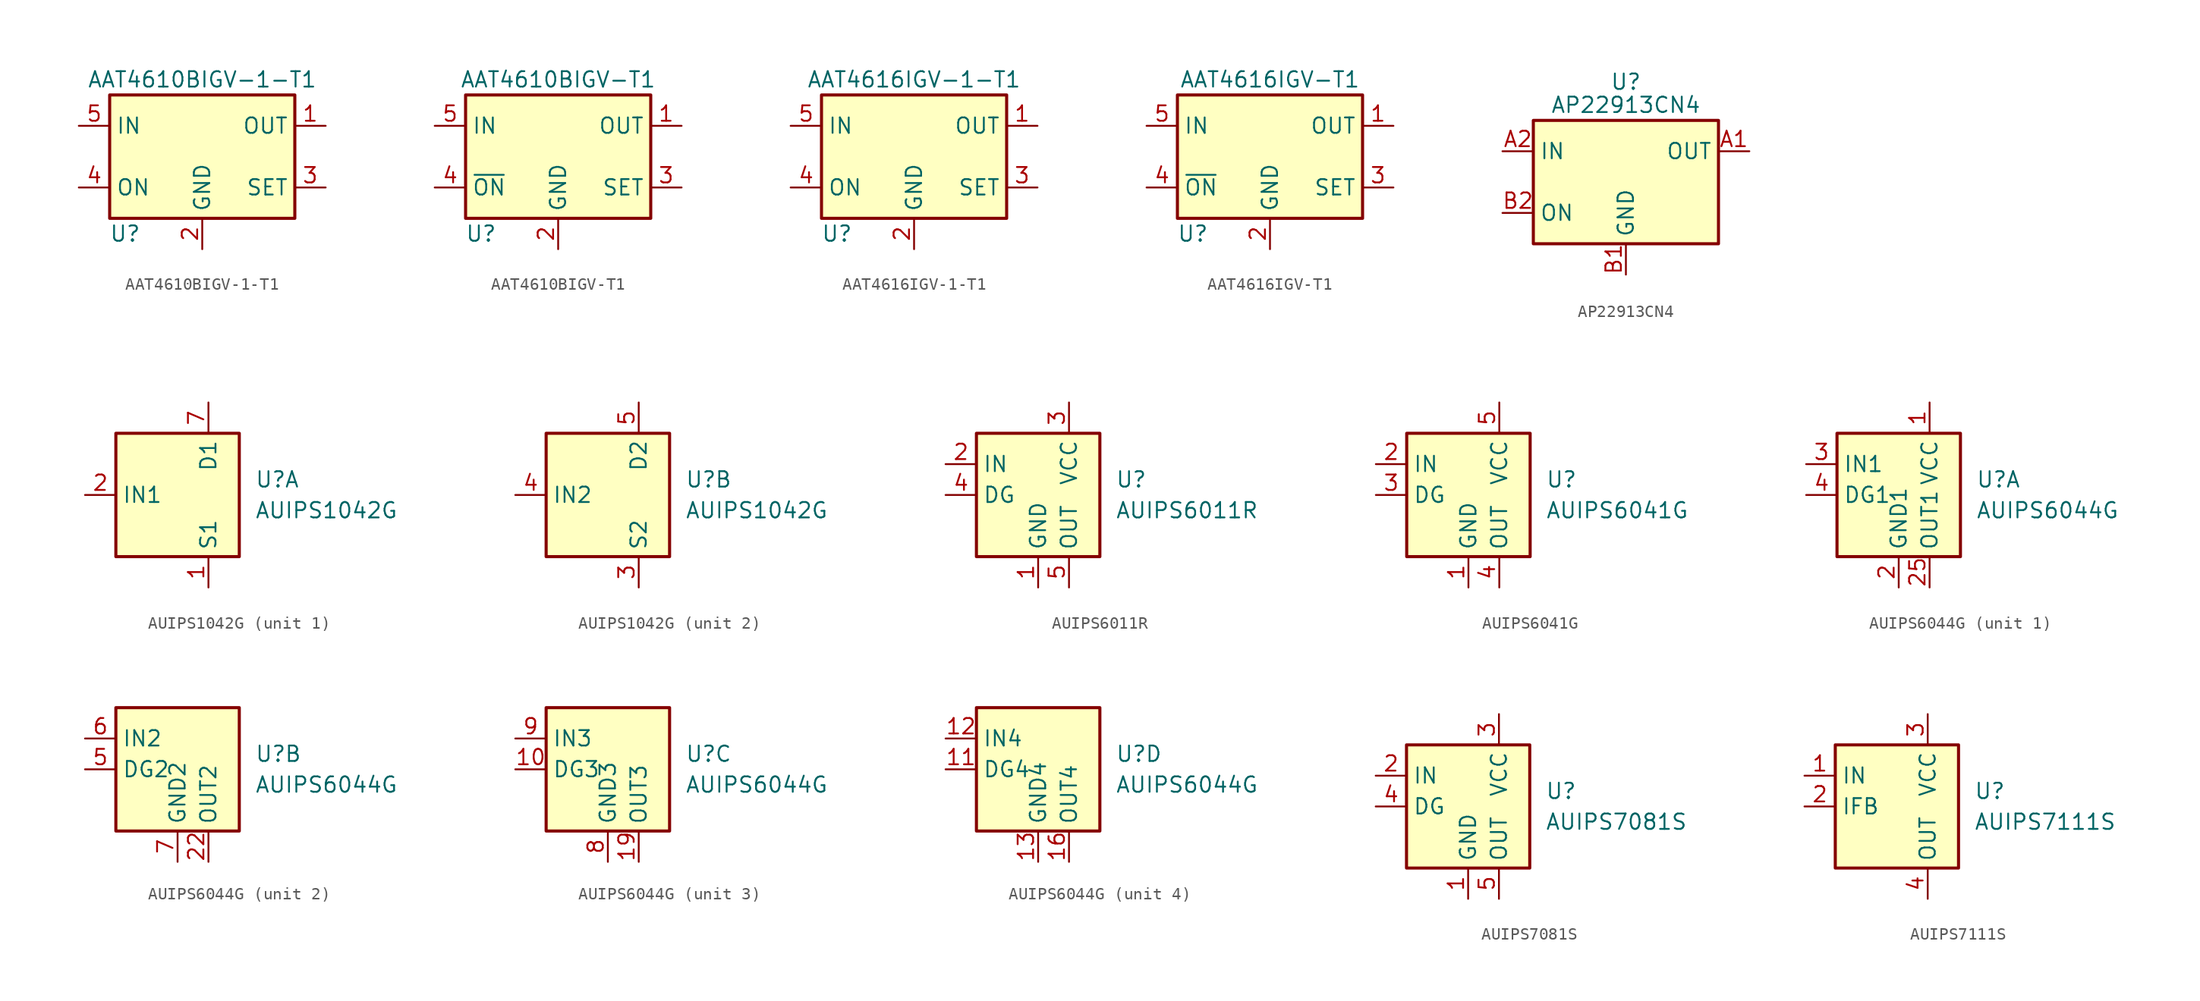
<source format=kicad_sym>
(kicad_symbol_lib
  (version 20241209)
  (generator "kicad_symbol_editor")
  (generator_version "9.0")
  (symbol "AAT4610BIGV-1-T1"
    (property "Reference" "U"
      (at -6.35 -6.35 0)
      (effects (font (size 1.27 1.27))))
    (property "Value" "AAT4610BIGV-1-T1"
      (at 0 6.35 0)
      (effects (font (size 1.27 1.27))))
    (symbol "AAT4610BIGV-1-T1_0_1"
      (rectangle (start -7.62 5.08) (end 7.62 -5.08) (stroke (width 0.254) (type default)) (fill (type background))))
    (symbol "AAT4610BIGV-1-T1_1_1"
      (pin power_in line (at -10.16 2.54 0) (length 2.54) (name "IN" (effects (font (size 1.27 1.27)))) (number "5" (effects (font (size 1.27 1.27)))))
      (pin input line (at -10.16 -2.54 0) (length 2.54) (name "ON" (effects (font (size 1.27 1.27)))) (number "4" (effects (font (size 1.27 1.27)))))
      (pin power_in line (at 0 -7.62 90) (length 2.54) (name "GND" (effects (font (size 1.27 1.27)))) (number "2" (effects (font (size 1.27 1.27)))))
      (pin power_out line (at 10.16 2.54 180) (length 2.54) (name "OUT" (effects (font (size 1.27 1.27)))) (number "1" (effects (font (size 1.27 1.27)))))
      (pin passive line (at 10.16 -2.54 180) (length 2.54) (name "SET" (effects (font (size 1.27 1.27)))) (number "3" (effects (font (size 1.27 1.27)))))))
  (symbol "AAT4610BIGV-T1"
    (property "Reference" "U"
      (at -6.35 -6.35 0)
      (effects (font (size 1.27 1.27))))
    (property "Value" "AAT4610BIGV-T1"
      (at 0 6.35 0)
      (effects (font (size 1.27 1.27))))
    (symbol "AAT4610BIGV-T1_0_1"
      (rectangle (start -7.62 5.08) (end 7.62 -5.08) (stroke (width 0.254) (type default)) (fill (type background))))
    (symbol "AAT4610BIGV-T1_1_1"
      (pin power_in line (at -10.16 2.54 0) (length 2.54) (name "IN" (effects (font (size 1.27 1.27)))) (number "5" (effects (font (size 1.27 1.27)))))
      (pin input line (at -10.16 -2.54 0) (length 2.54) (name "~{ON}" (effects (font (size 1.27 1.27)))) (number "4" (effects (font (size 1.27 1.27)))))
      (pin power_in line (at 0 -7.62 90) (length 2.54) (name "GND" (effects (font (size 1.27 1.27)))) (number "2" (effects (font (size 1.27 1.27)))))
      (pin power_out line (at 10.16 2.54 180) (length 2.54) (name "OUT" (effects (font (size 1.27 1.27)))) (number "1" (effects (font (size 1.27 1.27)))))
      (pin passive line (at 10.16 -2.54 180) (length 2.54) (name "SET" (effects (font (size 1.27 1.27)))) (number "3" (effects (font (size 1.27 1.27)))))))
  (symbol "AAT4616IGV-1-T1"
    (property "Reference" "U"
      (at -6.35 -6.35 0)
      (effects (font (size 1.27 1.27))))
    (property "Value" "AAT4616IGV-1-T1"
      (at 0 6.35 0)
      (effects (font (size 1.27 1.27))))
    (symbol "AAT4616IGV-1-T1_0_1"
      (rectangle (start -7.62 5.08) (end 7.62 -5.08) (stroke (width 0.254) (type default)) (fill (type background))))
    (symbol "AAT4616IGV-1-T1_1_1"
      (pin power_in line (at -10.16 2.54 0) (length 2.54) (name "IN" (effects (font (size 1.27 1.27)))) (number "5" (effects (font (size 1.27 1.27)))))
      (pin input line (at -10.16 -2.54 0) (length 2.54) (name "ON" (effects (font (size 1.27 1.27)))) (number "4" (effects (font (size 1.27 1.27)))))
      (pin power_in line (at 0 -7.62 90) (length 2.54) (name "GND" (effects (font (size 1.27 1.27)))) (number "2" (effects (font (size 1.27 1.27)))))
      (pin power_out line (at 10.16 2.54 180) (length 2.54) (name "OUT" (effects (font (size 1.27 1.27)))) (number "1" (effects (font (size 1.27 1.27)))))
      (pin passive line (at 10.16 -2.54 180) (length 2.54) (name "SET" (effects (font (size 1.27 1.27)))) (number "3" (effects (font (size 1.27 1.27)))))))
  (symbol "AAT4616IGV-T1"
    (property "Reference" "U"
      (at -6.35 -6.35 0)
      (effects (font (size 1.27 1.27))))
    (property "Value" "AAT4616IGV-T1"
      (at 0 6.35 0)
      (effects (font (size 1.27 1.27))))
    (symbol "AAT4616IGV-T1_0_1"
      (rectangle (start -7.62 5.08) (end 7.62 -5.08) (stroke (width 0.254) (type default)) (fill (type background))))
    (symbol "AAT4616IGV-T1_1_1"
      (pin power_in line (at -10.16 2.54 0) (length 2.54) (name "IN" (effects (font (size 1.27 1.27)))) (number "5" (effects (font (size 1.27 1.27)))))
      (pin input line (at -10.16 -2.54 0) (length 2.54) (name "~{ON}" (effects (font (size 1.27 1.27)))) (number "4" (effects (font (size 1.27 1.27)))))
      (pin power_in line (at 0 -7.62 90) (length 2.54) (name "GND" (effects (font (size 1.27 1.27)))) (number "2" (effects (font (size 1.27 1.27)))))
      (pin power_out line (at 10.16 2.54 180) (length 2.54) (name "OUT" (effects (font (size 1.27 1.27)))) (number "1" (effects (font (size 1.27 1.27)))))
      (pin passive line (at 10.16 -2.54 180) (length 2.54) (name "SET" (effects (font (size 1.27 1.27)))) (number "3" (effects (font (size 1.27 1.27)))))))
  (symbol "AP22913CN4"
    (property "Reference" "U"
      (at 0 8.255 0)
      (effects (font (size 1.27 1.27))))
    (property "Value" "AP22913CN4"
      (at 0 6.35 0)
      (effects (font (size 1.27 1.27))))
    (symbol "AP22913CN4_0_1"
      (rectangle (start -7.62 5.08) (end 7.62 -5.08) (stroke (width 0.254) (type default)) (fill (type background))))
    (symbol "AP22913CN4_1_1"
      (pin power_in line (at -10.16 2.54 0) (length 2.54) (name "IN" (effects (font (size 1.27 1.27)))) (number "A2" (effects (font (size 1.27 1.27)))))
      (pin input line (at -10.16 -2.54 0) (length 2.54) (name "ON" (effects (font (size 1.27 1.27)))) (number "B2" (effects (font (size 1.27 1.27)))))
      (pin power_in line (at 0 -7.62 90) (length 2.54) (name "GND" (effects (font (size 1.27 1.27)))) (number "B1" (effects (font (size 1.27 1.27)))))
      (pin power_out line (at 10.16 2.54 180) (length 2.54) (name "OUT" (effects (font (size 1.27 1.27)))) (number "A1" (effects (font (size 1.27 1.27)))))))
  (symbol "AUIPS1042G"
    (property "Reference" "U"
      (at 3.81 1.27 0)
      (effects (font (size 1.27 1.27)) (justify left)))
    (property "Value" "AUIPS1042G"
      (at 3.81 -1.27 0)
      (effects (font (size 1.27 1.27)) (justify left)))
    (symbol "AUIPS1042G_0_1"
      (rectangle (start -7.62 5.08) (end 2.54 -5.08) (stroke (width 0.254) (type default)) (fill (type background))))
    (symbol "AUIPS1042G_1_1"
      (pin input line (at -10.16 0 0) (length 2.54) (name "IN1" (effects (font (size 1.27 1.27)))) (number "2" (effects (font (size 1.27 1.27)))))
      (pin passive line (at 0 7.62 270) (length 2.54) (name "D1" (effects (font (size 1.27 1.27)))) (number "7" (effects (font (size 1.27 1.27)))))
      (pin passive line (at 0 7.62 270) (length 2.54) (hide yes) (name "D1" (effects (font (size 1.27 1.27)))) (number "8" (effects (font (size 1.27 1.27)))))
      (pin power_in line (at 0 -7.62 90) (length 2.54) (name "S1" (effects (font (size 1.27 1.27)))) (number "1" (effects (font (size 1.27 1.27))))))
    (symbol "AUIPS1042G_2_1"
      (pin input line (at -10.16 0 0) (length 2.54) (name "IN2" (effects (font (size 1.27 1.27)))) (number "4" (effects (font (size 1.27 1.27)))))
      (pin passive line (at 0 7.62 270) (length 2.54) (name "D2" (effects (font (size 1.27 1.27)))) (number "5" (effects (font (size 1.27 1.27)))))
      (pin passive line (at 0 7.62 270) (length 2.54) (hide yes) (name "D2" (effects (font (size 1.27 1.27)))) (number "6" (effects (font (size 1.27 1.27)))))
      (pin power_in line (at 0 -7.62 90) (length 2.54) (name "S2" (effects (font (size 1.27 1.27)))) (number "3" (effects (font (size 1.27 1.27)))))))
  (symbol "AUIPS6011R"
    (property "Reference" "U"
      (at 3.81 1.27 0)
      (effects (font (size 1.27 1.27)) (justify left)))
    (property "Value" "AUIPS6011R"
      (at 3.81 -1.27 0)
      (effects (font (size 1.27 1.27)) (justify left)))
    (symbol "AUIPS6011R_0_1"
      (rectangle (start -7.62 5.08) (end 2.54 -5.08) (stroke (width 0.254) (type default)) (fill (type background))))
    (symbol "AUIPS6011R_1_1"
      (pin input line (at -10.16 2.54 0) (length 2.54) (name "IN" (effects (font (size 1.27 1.27)))) (number "2" (effects (font (size 1.27 1.27)))))
      (pin open_collector line (at -10.16 0 0) (length 2.54) (name "DG" (effects (font (size 1.27 1.27)))) (number "4" (effects (font (size 1.27 1.27)))))
      (pin power_in line (at -2.54 -7.62 90) (length 2.54) (name "GND" (effects (font (size 1.27 1.27)))) (number "1" (effects (font (size 1.27 1.27)))))
      (pin power_in line (at 0 7.62 270) (length 2.54) (name "VCC" (effects (font (size 1.27 1.27)))) (number "3" (effects (font (size 1.27 1.27)))))
      (pin power_out line (at 0 -7.62 90) (length 2.54) (name "OUT" (effects (font (size 1.27 1.27)))) (number "5" (effects (font (size 1.27 1.27)))))))
  (symbol "AUIPS6041G"
    (property "Reference" "U"
      (at 3.81 1.27 0)
      (effects (font (size 1.27 1.27)) (justify left)))
    (property "Value" "AUIPS6041G"
      (at 3.81 -1.27 0)
      (effects (font (size 1.27 1.27)) (justify left)))
    (symbol "AUIPS6041G_0_1"
      (rectangle (start -7.62 5.08) (end 2.54 -5.08) (stroke (width 0.254) (type default)) (fill (type background))))
    (symbol "AUIPS6041G_1_1"
      (pin input line (at -10.16 2.54 0) (length 2.54) (name "IN" (effects (font (size 1.27 1.27)))) (number "2" (effects (font (size 1.27 1.27)))))
      (pin open_collector line (at -10.16 0 0) (length 2.54) (name "DG" (effects (font (size 1.27 1.27)))) (number "3" (effects (font (size 1.27 1.27)))))
      (pin power_in line (at -2.54 -7.62 90) (length 2.54) (name "GND" (effects (font (size 1.27 1.27)))) (number "1" (effects (font (size 1.27 1.27)))))
      (pin power_in line (at 0 7.62 270) (length 2.54) (name "VCC" (effects (font (size 1.27 1.27)))) (number "5" (effects (font (size 1.27 1.27)))))
      (pin passive line (at 0 7.62 270) (length 2.54) (hide yes) (name "VCC" (effects (font (size 1.27 1.27)))) (number "6" (effects (font (size 1.27 1.27)))))
      (pin passive line (at 0 7.62 270) (length 2.54) (hide yes) (name "VCC" (effects (font (size 1.27 1.27)))) (number "7" (effects (font (size 1.27 1.27)))))
      (pin passive line (at 0 7.62 270) (length 2.54) (hide yes) (name "VCC" (effects (font (size 1.27 1.27)))) (number "8" (effects (font (size 1.27 1.27)))))
      (pin power_out line (at 0 -7.62 90) (length 2.54) (name "OUT" (effects (font (size 1.27 1.27)))) (number "4" (effects (font (size 1.27 1.27)))))))
  (symbol "AUIPS6044G"
    (property "Reference" "U"
      (at 3.81 1.27 0)
      (effects (font (size 1.27 1.27)) (justify left)))
    (property "Value" "AUIPS6044G"
      (at 3.81 -1.27 0)
      (effects (font (size 1.27 1.27)) (justify left)))
    (symbol "AUIPS6044G_0_1"
      (rectangle (start -7.62 5.08) (end 2.54 -5.08) (stroke (width 0.254) (type default)) (fill (type background))))
    (symbol "AUIPS6044G_1_1"
      (pin input line (at -10.16 2.54 0) (length 2.54) (name "IN1" (effects (font (size 1.27 1.27)))) (number "3" (effects (font (size 1.27 1.27)))))
      (pin open_collector line (at -10.16 0 0) (length 2.54) (name "DG1" (effects (font (size 1.27 1.27)))) (number "4" (effects (font (size 1.27 1.27)))))
      (pin power_in line (at -2.54 -7.62 90) (length 2.54) (name "GND1" (effects (font (size 1.27 1.27)))) (number "2" (effects (font (size 1.27 1.27)))))
      (pin power_in line (at 0 7.62 270) (length 2.54) (name "VCC" (effects (font (size 1.27 1.27)))) (number "1" (effects (font (size 1.27 1.27)))))
      (pin passive line (at 0 7.62 270) (length 2.54) (hide yes) (name "VCC" (effects (font (size 1.27 1.27)))) (number "14" (effects (font (size 1.27 1.27)))))
      (pin passive line (at 0 7.62 270) (length 2.54) (hide yes) (name "VCC" (effects (font (size 1.27 1.27)))) (number "15" (effects (font (size 1.27 1.27)))))
      (pin passive line (at 0 7.62 270) (length 2.54) (hide yes) (name "VCC" (effects (font (size 1.27 1.27)))) (number "28" (effects (font (size 1.27 1.27)))))
      (pin power_out line (at 0 -7.62 90) (length 2.54) (name "OUT1" (effects (font (size 1.27 1.27)))) (number "25" (effects (font (size 1.27 1.27)))))
      (pin passive line (at 0 -7.62 90) (length 2.54) (hide yes) (name "OUT1" (effects (font (size 1.27 1.27)))) (number "26" (effects (font (size 1.27 1.27)))))
      (pin passive line (at 0 -7.62 90) (length 2.54) (hide yes) (name "OUT1" (effects (font (size 1.27 1.27)))) (number "27" (effects (font (size 1.27 1.27))))))
    (symbol "AUIPS6044G_2_1"
      (pin input line (at -10.16 2.54 0) (length 2.54) (name "IN2" (effects (font (size 1.27 1.27)))) (number "6" (effects (font (size 1.27 1.27)))))
      (pin open_collector line (at -10.16 0 0) (length 2.54) (name "DG2" (effects (font (size 1.27 1.27)))) (number "5" (effects (font (size 1.27 1.27)))))
      (pin power_in line (at -2.54 -7.62 90) (length 2.54) (name "GND2" (effects (font (size 1.27 1.27)))) (number "7" (effects (font (size 1.27 1.27)))))
      (pin power_out line (at 0 -7.62 90) (length 2.54) (name "OUT2" (effects (font (size 1.27 1.27)))) (number "22" (effects (font (size 1.27 1.27)))))
      (pin passive line (at 0 -7.62 90) (length 2.54) (hide yes) (name "OUT2" (effects (font (size 1.27 1.27)))) (number "23" (effects (font (size 1.27 1.27)))))
      (pin passive line (at 0 -7.62 90) (length 2.54) (hide yes) (name "OUT2" (effects (font (size 1.27 1.27)))) (number "24" (effects (font (size 1.27 1.27))))))
    (symbol "AUIPS6044G_3_1"
      (pin input line (at -10.16 2.54 0) (length 2.54) (name "IN3" (effects (font (size 1.27 1.27)))) (number "9" (effects (font (size 1.27 1.27)))))
      (pin open_collector line (at -10.16 0 0) (length 2.54) (name "DG3" (effects (font (size 1.27 1.27)))) (number "10" (effects (font (size 1.27 1.27)))))
      (pin power_in line (at -2.54 -7.62 90) (length 2.54) (name "GND3" (effects (font (size 1.27 1.27)))) (number "8" (effects (font (size 1.27 1.27)))))
      (pin power_out line (at 0 -7.62 90) (length 2.54) (name "OUT3" (effects (font (size 1.27 1.27)))) (number "19" (effects (font (size 1.27 1.27)))))
      (pin passive line (at 0 -7.62 90) (length 2.54) (hide yes) (name "OUT3" (effects (font (size 1.27 1.27)))) (number "20" (effects (font (size 1.27 1.27)))))
      (pin passive line (at 0 -7.62 90) (length 2.54) (hide yes) (name "OUT3" (effects (font (size 1.27 1.27)))) (number "21" (effects (font (size 1.27 1.27))))))
    (symbol "AUIPS6044G_4_1"
      (pin input line (at -10.16 2.54 0) (length 2.54) (name "IN4" (effects (font (size 1.27 1.27)))) (number "12" (effects (font (size 1.27 1.27)))))
      (pin open_collector line (at -10.16 0 0) (length 2.54) (name "DG4" (effects (font (size 1.27 1.27)))) (number "11" (effects (font (size 1.27 1.27)))))
      (pin power_in line (at -2.54 -7.62 90) (length 2.54) (name "GND4" (effects (font (size 1.27 1.27)))) (number "13" (effects (font (size 1.27 1.27)))))
      (pin power_out line (at 0 -7.62 90) (length 2.54) (name "OUT4" (effects (font (size 1.27 1.27)))) (number "16" (effects (font (size 1.27 1.27)))))
      (pin passive line (at 0 -7.62 90) (length 2.54) (hide yes) (name "OUT4" (effects (font (size 1.27 1.27)))) (number "17" (effects (font (size 1.27 1.27)))))
      (pin passive line (at 0 -7.62 90) (length 2.54) (hide yes) (name "OUT4" (effects (font (size 1.27 1.27)))) (number "18" (effects (font (size 1.27 1.27)))))))
  (symbol "AUIPS7081S"
    (property "Reference" "U"
      (at 3.81 1.27 0)
      (effects (font (size 1.27 1.27)) (justify left)))
    (property "Value" "AUIPS7081S"
      (at 3.81 -1.27 0)
      (effects (font (size 1.27 1.27)) (justify left)))
    (symbol "AUIPS7081S_0_1"
      (rectangle (start -7.62 5.08) (end 2.54 -5.08) (stroke (width 0.254) (type default)) (fill (type background))))
    (symbol "AUIPS7081S_1_1"
      (pin input line (at -10.16 2.54 0) (length 2.54) (name "IN" (effects (font (size 1.27 1.27)))) (number "2" (effects (font (size 1.27 1.27)))))
      (pin open_collector line (at -10.16 0 0) (length 2.54) (name "DG" (effects (font (size 1.27 1.27)))) (number "4" (effects (font (size 1.27 1.27)))))
      (pin power_in line (at -2.54 -7.62 90) (length 2.54) (name "GND" (effects (font (size 1.27 1.27)))) (number "1" (effects (font (size 1.27 1.27)))))
      (pin power_in line (at 0 7.62 270) (length 2.54) (name "VCC" (effects (font (size 1.27 1.27)))) (number "3" (effects (font (size 1.27 1.27)))))
      (pin power_out line (at 0 -7.62 90) (length 2.54) (name "OUT" (effects (font (size 1.27 1.27)))) (number "5" (effects (font (size 1.27 1.27)))))))
  (symbol "AUIPS7111S"
    (property "Reference" "U"
      (at 3.81 1.27 0)
      (effects (font (size 1.27 1.27)) (justify left)))
    (property "Value" "AUIPS7111S"
      (at 3.81 -1.27 0)
      (effects (font (size 1.27 1.27)) (justify left)))
    (symbol "AUIPS7111S_0_1"
      (rectangle (start -7.62 5.08) (end 2.54 -5.08) (stroke (width 0.254) (type default)) (fill (type background))))
    (symbol "AUIPS7111S_1_1"
      (pin input line (at -10.16 2.54 0) (length 2.54) (name "IN" (effects (font (size 1.27 1.27)))) (number "1" (effects (font (size 1.27 1.27)))))
      (pin output line (at -10.16 0 0) (length 2.54) (name "IFB" (effects (font (size 1.27 1.27)))) (number "2" (effects (font (size 1.27 1.27)))))
      (pin power_in line (at 0 7.62 270) (length 2.54) (name "VCC" (effects (font (size 1.27 1.27)))) (number "3" (effects (font (size 1.27 1.27)))))
      (pin power_out line (at 0 -7.62 90) (length 2.54) (name "OUT" (effects (font (size 1.27 1.27)))) (number "4" (effects (font (size 1.27 1.27)))))
      (pin passive line (at 0 -7.62 90) (length 2.54) (hide yes) (name "OUT" (effects (font (size 1.27 1.27)))) (number "5" (effects (font (size 1.27 1.27))))))))
</source>
